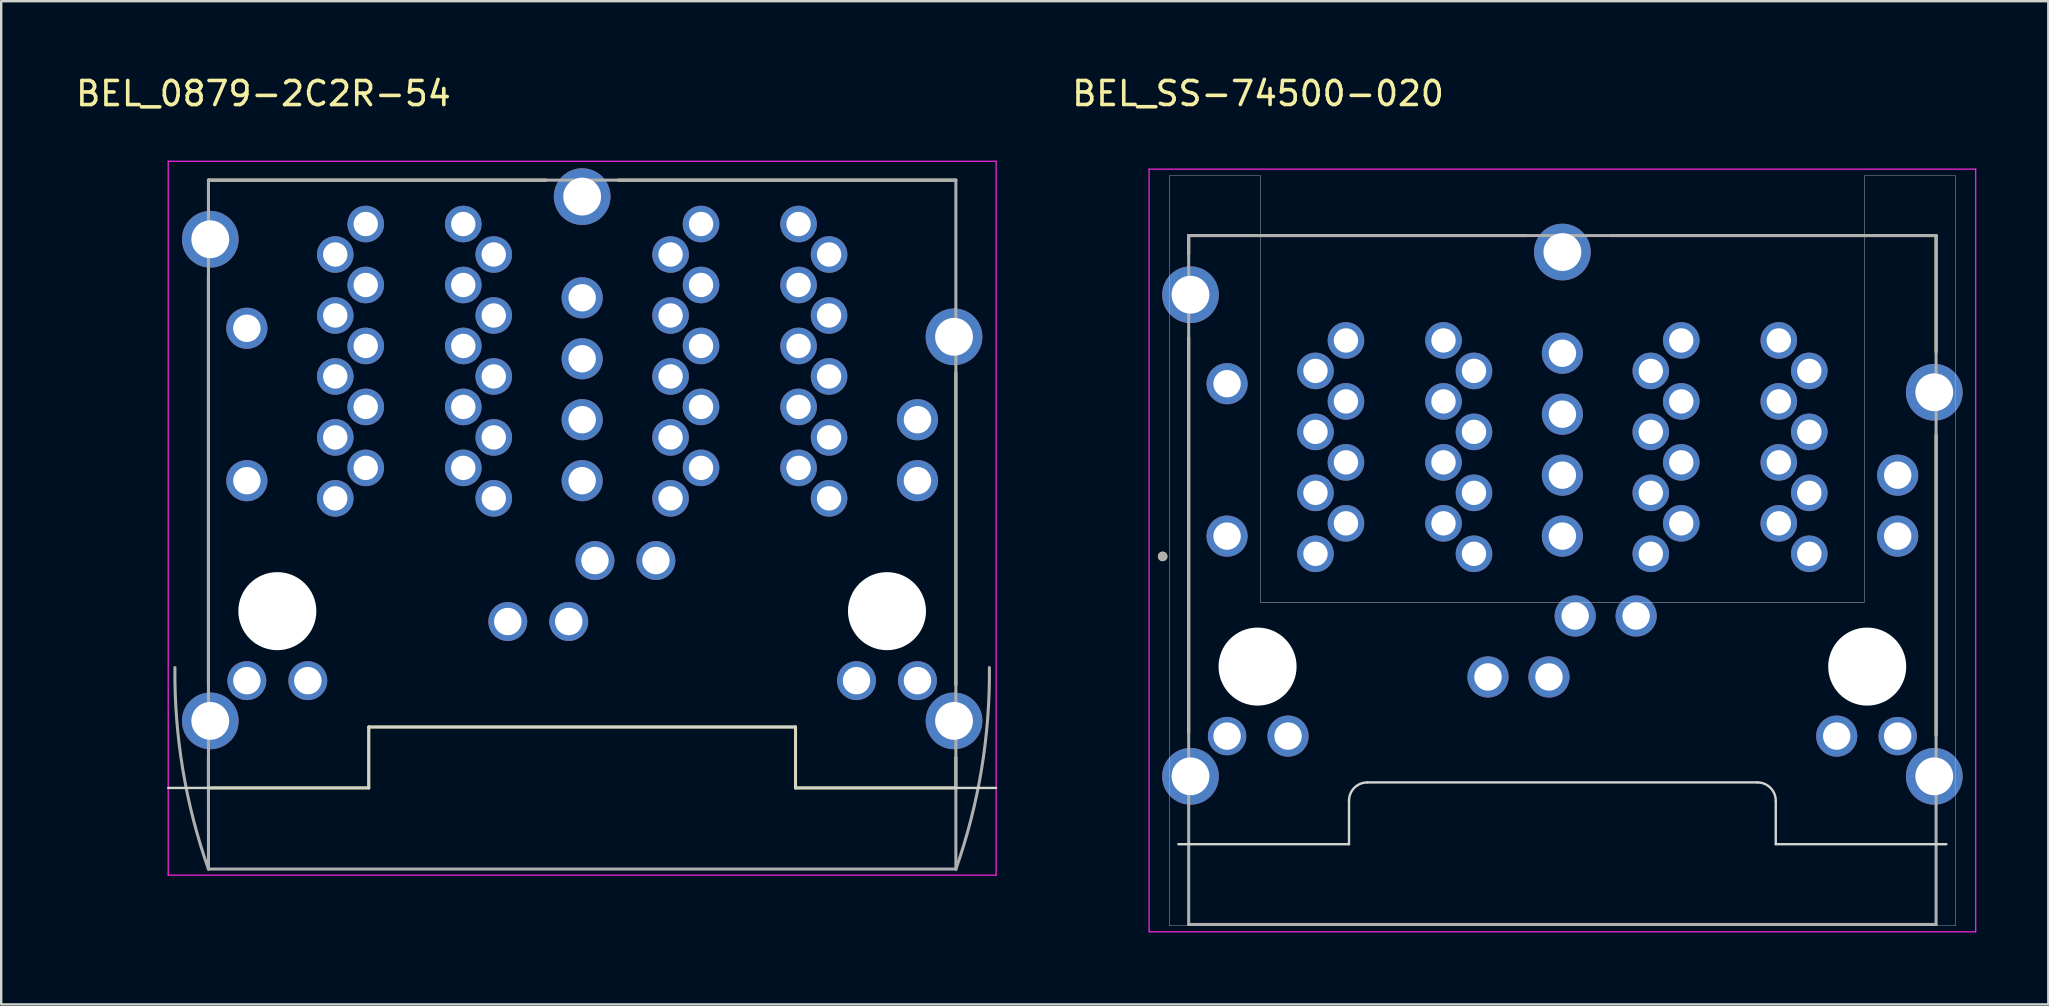
<source format=kicad_pcb>
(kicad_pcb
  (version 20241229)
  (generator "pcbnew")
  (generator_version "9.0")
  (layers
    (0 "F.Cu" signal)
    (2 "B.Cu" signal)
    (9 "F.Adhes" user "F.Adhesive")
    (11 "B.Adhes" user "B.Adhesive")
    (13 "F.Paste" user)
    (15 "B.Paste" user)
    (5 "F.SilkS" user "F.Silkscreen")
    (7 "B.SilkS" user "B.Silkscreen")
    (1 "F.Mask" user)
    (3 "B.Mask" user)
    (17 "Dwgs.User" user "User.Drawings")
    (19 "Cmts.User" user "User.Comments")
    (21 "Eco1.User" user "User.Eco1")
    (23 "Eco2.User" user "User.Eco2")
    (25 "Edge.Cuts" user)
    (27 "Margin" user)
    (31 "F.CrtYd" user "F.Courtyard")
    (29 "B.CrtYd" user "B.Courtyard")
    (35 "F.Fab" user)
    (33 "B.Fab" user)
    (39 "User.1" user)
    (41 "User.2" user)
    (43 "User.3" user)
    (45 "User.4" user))
  (footprint "BEL_SS-74500-020"
    (layer "F.Cu")
    (at 62.045 24.723)
    (property "Reference" "BEL_SS-74500-020" (at -12.68 -23.875 0) (layer "F.SilkS") (effects (font (size 1 1) (thickness 0.15))))
    (attr through_hole)
    (fp_line (start -15.57 -17.192) (end -15.57 -17.958) (stroke (width 0.127) (type solid)) (layer "F.SilkS"))
    (fp_line (start -15.57 -13.716) (end -15.57 2.743) (stroke (width 0.127) (type solid)) (layer "F.SilkS"))
    (fp_line (start -1.524 -17.958) (end -15.57 -17.958) (stroke (width 0.127) (type solid)) (layer "F.SilkS"))
    (fp_line (start 2.032 -17.958) (end 15.57 -17.958) (stroke (width 0.127) (type solid)) (layer "F.SilkS"))
    (fp_line (start 15.57 -13.11) (end 15.57 -17.958) (stroke (width 0.127) (type solid)) (layer "F.SilkS"))
    (fp_line (start 15.57 -9.652) (end 15.57 2.87) (stroke (width 0.127) (type solid)) (layer "F.SilkS"))
    (fp_circle (center -16.655 -4.59) (end -16.555 -4.59) (stroke (width 0.2) (type solid)) (fill no) (layer "F.SilkS"))
    (fp_poly (pts (xy -16.383 10.795) (xy -16.383 -20.447) (xy -12.573 -20.447) (xy -12.573 -2.667) (xy 12.573 -2.667) (xy 12.573 -20.447) (xy 16.383 -20.447) (xy 16.383 10.795)) (stroke (width 0.01) (type solid)) (fill no) (layer "Dwgs.User"))
    (fp_poly (pts (xy -16.383 10.795) (xy -16.383 -20.447) (xy -12.573 -20.447) (xy -12.573 -2.667) (xy 12.573 -2.667) (xy 12.573 -20.447) (xy 16.383 -20.447) (xy 16.383 10.795)) (stroke (width 0.01) (type solid)) (fill no) (layer "Dwgs.User"))
    (fp_line (start -16 7.4) (end -8.89 7.4) (stroke (width 0.1) (type solid)) (layer "Edge.Cuts"))
    (fp_line (start -8.89 7.4) (end -8.89 5.588) (stroke (width 0.1) (type solid)) (layer "Edge.Cuts"))
    (fp_line (start -8.128 4.826) (end 8.128 4.826) (stroke (width 0.1) (type solid)) (layer "Edge.Cuts"))
    (fp_line (start 8.89 5.588) (end 8.89 7.4) (stroke (width 0.1) (type solid)) (layer "Edge.Cuts"))
    (fp_line (start 8.89 7.4) (end 16 7.4) (stroke (width 0.1) (type solid)) (layer "Edge.Cuts"))
    (fp_arc (start -8.89 5.588) (mid -8.666815 5.049185) (end -8.128 4.826) (stroke (width 0.1) (type solid)) (layer "Edge.Cuts"))
    (fp_arc (start 8.128 4.826) (mid 8.666815 5.049185) (end 8.89 5.588) (stroke (width 0.1) (type solid)) (layer "Edge.Cuts"))
    (fp_line (start -17.22 -20.727) (end -17.22 11.05) (stroke (width 0.05) (type solid)) (layer "F.CrtYd"))
    (fp_line (start -17.22 11.05) (end 17.22 11.05) (stroke (width 0.05) (type solid)) (layer "F.CrtYd"))
    (fp_line (start 17.22 -20.727) (end -17.22 -20.727) (stroke (width 0.05) (type solid)) (layer "F.CrtYd"))
    (fp_line (start 17.22 11.05) (end 17.22 -20.727) (stroke (width 0.05) (type solid)) (layer "F.CrtYd"))
    (fp_line (start -15.57 -17.958) (end -15.57 10.744) (stroke (width 0.127) (type solid)) (layer "F.Fab"))
    (fp_line (start -15.57 10.744) (end 15.57 10.744) (stroke (width 0.127) (type solid)) (layer "F.Fab"))
    (fp_line (start 15.57 -17.958) (end -15.57 -17.958) (stroke (width 0.127) (type solid)) (layer "F.Fab"))
    (fp_line (start 15.57 10.744) (end 15.57 -17.958) (stroke (width 0.127) (type solid)) (layer "F.Fab"))
    (fp_circle (center -16.655 -4.59) (end -16.555 -4.59) (stroke (width 0.2) (type solid)) (fill no) (layer "F.Fab"))
    (pad "" np_thru_hole circle (at -12.7 0) (size 3.251 3.251) (drill 3.251) (layers "*.Cu" "*.Mask"))
    (pad "" np_thru_hole circle (at 12.7 0) (size 3.251 3.251) (drill 3.251) (layers "*.Cu" "*.Mask"))
    (pad "1_1" thru_hole circle (at -10.287 -4.699) (size 1.524 1.524) (drill 1.016) (layers "*.Cu" "*.Mask"))
    (pad "1_2" thru_hole circle (at -3.683 -4.699) (size 1.524 1.524) (drill 1.016) (layers "*.Cu" "*.Mask"))
    (pad "1_3" thru_hole circle (at 3.683 -4.699) (size 1.524 1.524) (drill 1.016) (layers "*.Cu" "*.Mask"))
    (pad "1_4" thru_hole circle (at 10.287 -4.699) (size 1.524 1.524) (drill 1.016) (layers "*.Cu" "*.Mask"))
    (pad "2_1" thru_hole circle (at -9.017 -5.969) (size 1.524 1.524) (drill 1.016) (layers "*.Cu" "*.Mask"))
    (pad "2_2" thru_hole circle (at -4.953 -5.969) (size 1.524 1.524) (drill 1.016) (layers "*.Cu" "*.Mask"))
    (pad "2_3" thru_hole circle (at 4.953 -5.969) (size 1.524 1.524) (drill 1.016) (layers "*.Cu" "*.Mask"))
    (pad "2_4" thru_hole circle (at 9.017 -5.969) (size 1.524 1.524) (drill 1.016) (layers "*.Cu" "*.Mask"))
    (pad "3_1" thru_hole circle (at -10.287 -7.239) (size 1.524 1.524) (drill 1.016) (layers "*.Cu" "*.Mask"))
    (pad "3_2" thru_hole circle (at -3.683 -7.239) (size 1.524 1.524) (drill 1.016) (layers "*.Cu" "*.Mask"))
    (pad "3_3" thru_hole circle (at 3.683 -7.239) (size 1.524 1.524) (drill 1.016) (layers "*.Cu" "*.Mask"))
    (pad "3_4" thru_hole circle (at 10.287 -7.239) (size 1.524 1.524) (drill 1.016) (layers "*.Cu" "*.Mask"))
    (pad "4_1" thru_hole circle (at -9.017 -8.509) (size 1.524 1.524) (drill 1.016) (layers "*.Cu" "*.Mask"))
    (pad "4_2" thru_hole circle (at -4.953 -8.509) (size 1.524 1.524) (drill 1.016) (layers "*.Cu" "*.Mask"))
    (pad "4_3" thru_hole circle (at 4.953 -8.509) (size 1.524 1.524) (drill 1.016) (layers "*.Cu" "*.Mask"))
    (pad "4_4" thru_hole circle (at 9.017 -8.509) (size 1.524 1.524) (drill 1.016) (layers "*.Cu" "*.Mask"))
    (pad "5_1" thru_hole circle (at -10.287 -9.779) (size 1.524 1.524) (drill 1.016) (layers "*.Cu" "*.Mask"))
    (pad "5_2" thru_hole circle (at -3.683 -9.779) (size 1.524 1.524) (drill 1.016) (layers "*.Cu" "*.Mask"))
    (pad "5_3" thru_hole circle (at 3.683 -9.779) (size 1.524 1.524) (drill 1.016) (layers "*.Cu" "*.Mask"))
    (pad "5_4" thru_hole circle (at 10.287 -9.779) (size 1.524 1.524) (drill 1.016) (layers "*.Cu" "*.Mask"))
    (pad "6_1" thru_hole circle (at -9.017 -11.049) (size 1.524 1.524) (drill 1.016) (layers "*.Cu" "*.Mask"))
    (pad "6_2" thru_hole circle (at -4.953 -11.049) (size 1.524 1.524) (drill 1.016) (layers "*.Cu" "*.Mask"))
    (pad "6_3" thru_hole circle (at 4.953 -11.049) (size 1.524 1.524) (drill 1.016) (layers "*.Cu" "*.Mask"))
    (pad "6_4" thru_hole circle (at 9.017 -11.049) (size 1.524 1.524) (drill 1.016) (layers "*.Cu" "*.Mask"))
    (pad "7_1" thru_hole circle (at -10.287 -12.319) (size 1.524 1.524) (drill 1.016) (layers "*.Cu" "*.Mask"))
    (pad "7_2" thru_hole circle (at -3.683 -12.319) (size 1.524 1.524) (drill 1.016) (layers "*.Cu" "*.Mask"))
    (pad "7_3" thru_hole circle (at 3.683 -12.319) (size 1.524 1.524) (drill 1.016) (layers "*.Cu" "*.Mask"))
    (pad "7_4" thru_hole circle (at 10.287 -12.319) (size 1.524 1.524) (drill 1.016) (layers "*.Cu" "*.Mask"))
    (pad "8_1" thru_hole circle (at -9.017 -13.589) (size 1.524 1.524) (drill 1.016) (layers "*.Cu" "*.Mask"))
    (pad "8_2" thru_hole circle (at -4.953 -13.589) (size 1.524 1.524) (drill 1.016) (layers "*.Cu" "*.Mask"))
    (pad "8_3" thru_hole circle (at 4.953 -13.589) (size 1.524 1.524) (drill 1.016) (layers "*.Cu" "*.Mask"))
    (pad "8_4" thru_hole circle (at 9.017 -13.589) (size 1.524 1.524) (drill 1.016) (layers "*.Cu" "*.Mask"))
    (pad "9_1" thru_hole circle (at -13.97 2.896) (size 1.6 1.6) (drill 1.143) (layers "*.Cu" "*.Mask"))
    (pad "9_2" thru_hole circle (at -13.97 -11.786) (size 1.714 1.714) (drill 1.143) (layers "*.Cu" "*.Mask"))
    (pad "9_3" thru_hole circle (at 0.533 -2.108) (size 1.714 1.714) (drill 1.143) (layers "*.Cu" "*.Mask"))
    (pad "9_4" thru_hole circle (at 0 -13.056) (size 1.714 1.714) (drill 1.143) (layers "*.Cu" "*.Mask"))
    (pad "10_1" thru_hole circle (at -11.43 2.896) (size 1.714 1.714) (drill 1.143) (layers "*.Cu" "*.Mask"))
    (pad "10_2" thru_hole circle (at -13.97 -5.436) (size 1.714 1.714) (drill 1.143) (layers "*.Cu" "*.Mask"))
    (pad "10_3" thru_hole circle (at 3.073 -2.108) (size 1.714 1.714) (drill 1.143) (layers "*.Cu" "*.Mask"))
    (pad "10_4" thru_hole circle (at 0 -7.976) (size 1.714 1.714) (drill 1.143) (layers "*.Cu" "*.Mask"))
    (pad "11_1" thru_hole circle (at -3.099 0.432) (size 1.714 1.714) (drill 1.143) (layers "*.Cu" "*.Mask"))
    (pad "11_2" thru_hole circle (at 0 -10.516) (size 1.714 1.714) (drill 1.143) (layers "*.Cu" "*.Mask"))
    (pad "11_3" thru_hole circle (at 11.43 2.896) (size 1.714 1.714) (drill 1.143) (layers "*.Cu" "*.Mask"))
    (pad "11_4" thru_hole circle (at 13.97 -7.976) (size 1.714 1.714) (drill 1.143) (layers "*.Cu" "*.Mask"))
    (pad "12_1" thru_hole circle (at -0.559 0.432) (size 1.714 1.714) (drill 1.143) (layers "*.Cu" "*.Mask"))
    (pad "12_2" thru_hole circle (at 0 -5.436) (size 1.714 1.714) (drill 1.143) (layers "*.Cu" "*.Mask"))
    (pad "12_3" thru_hole circle (at 13.97 2.896) (size 1.6 1.6) (drill 1.143) (layers "*.Cu" "*.Mask"))
    (pad "12_4" thru_hole circle (at 13.97 -5.436) (size 1.714 1.714) (drill 1.143) (layers "*.Cu" "*.Mask"))
    (pad "S1" thru_hole circle (at 15.494 -11.43) (size 2.362 2.362) (drill 1.575) (layers "*.Cu" "*.Mask"))
    (pad "S2" thru_hole circle (at 0 -17.272) (size 2.362 2.362) (drill 1.575) (layers "*.Cu" "*.Mask"))
    (pad "S3" thru_hole circle (at -15.494 4.572) (size 2.362 2.362) (drill 1.575) (layers "*.Cu" "*.Mask"))
    (pad "S4" thru_hole circle (at -15.494 -15.494) (size 2.362 2.362) (drill 1.575) (layers "*.Cu" "*.Mask"))
    (pad "S5" thru_hole circle (at 15.494 4.572) (size 2.362 2.362) (drill 1.575) (layers "*.Cu" "*.Mask")))
  (footprint "BEL_0879-2C2R-54"
    (layer "F.Cu")
    (at 21.205 22.413)
    (property "Reference" "BEL_0879-2C2R-54" (at -13.28 -21.563 0) (layer "F.SilkS") (effects (font (size 1.002 1.002) (thickness 0.15))))
    (attr through_hole)
    (fp_line (start -15.57 -17.96) (end -15.57 -17.958) (stroke (width 0.127) (type solid)) (layer "F.SilkS"))
    (fp_line (start -15.57 -17.958) (end -1.499 -17.958) (stroke (width 0.127) (type solid)) (layer "F.SilkS"))
    (fp_line (start -15.57 -13.97) (end -15.57 3.073) (stroke (width 0.127) (type solid)) (layer "F.SilkS"))
    (fp_line (start -15.57 6.096) (end -15.57 7.366) (stroke (width 0.127) (type solid)) (layer "F.SilkS"))
    (fp_line (start -15.57 7.366) (end -8.89 7.366) (stroke (width 0.127) (type solid)) (layer "F.SilkS"))
    (fp_line (start -8.89 4.826) (end -8.89 7.366) (stroke (width 0.127) (type solid)) (layer "F.SilkS"))
    (fp_line (start -8.89 4.826) (end 8.89 4.826) (stroke (width 0.127) (type solid)) (layer "F.SilkS"))
    (fp_line (start 8.89 4.826) (end 8.89 7.366) (stroke (width 0.127) (type solid)) (layer "F.SilkS"))
    (fp_line (start 15.57 -17.958) (end 1.499 -17.958) (stroke (width 0.127) (type solid)) (layer "F.SilkS"))
    (fp_line (start 15.57 -9.931) (end 15.57 3.073) (stroke (width 0.127) (type solid)) (layer "F.SilkS"))
    (fp_line (start 15.57 6.096) (end 15.57 7.366) (stroke (width 0.127) (type solid)) (layer "F.SilkS"))
    (fp_line (start 15.57 7.366) (end 8.89 7.366) (stroke (width 0.127) (type solid)) (layer "F.SilkS"))
    (fp_poly (pts (xy 12.573 -2.667) (xy -12.573 -2.667) (xy -12.573 -20.447) (xy -16.383 -20.447) (xy -16.383 10.795) (xy 16.383 10.795) (xy 16.383 -20.447) (xy 12.573 -20.447)) (stroke (width 0.000253) (type solid)) (fill no) (layer "Dwgs.User"))
    (fp_poly (pts (xy 0 -2.667) (xy -12.573 -2.667) (xy -12.573 -20.447) (xy -16.383 -20.447) (xy -16.383 10.795) (xy 16.383 10.795) (xy 16.383 -20.447) (xy 12.573 -20.447) (xy 12.573 -2.667)) (stroke (width 0.000253) (type solid)) (fill no) (layer "Dwgs.User"))
    (fp_line (start -17.247 7.366) (end -8.89 7.366) (stroke (width 0.1) (type solid)) (layer "Edge.Cuts"))
    (fp_line (start -8.89 4.826) (end -8.89 7.366) (stroke (width 0.1) (type solid)) (layer "Edge.Cuts"))
    (fp_line (start -8.89 4.826) (end 8.89 4.826) (stroke (width 0.1) (type solid)) (layer "Edge.Cuts"))
    (fp_line (start 8.89 4.826) (end 8.89 7.366) (stroke (width 0.1) (type solid)) (layer "Edge.Cuts"))
    (fp_line (start 17.247 7.366) (end 8.89 7.366) (stroke (width 0.1) (type solid)) (layer "Edge.Cuts"))
    (fp_line (start -17.247 -18.745) (end 17.247 -18.745) (stroke (width 0.05) (type solid)) (layer "F.CrtYd"))
    (fp_line (start -17.247 10.998) (end -17.247 -18.745) (stroke (width 0.05) (type solid)) (layer "F.CrtYd"))
    (fp_line (start 17.247 -18.745) (end 17.247 10.998) (stroke (width 0.05) (type solid)) (layer "F.CrtYd"))
    (fp_line (start 17.247 10.998) (end -17.247 10.998) (stroke (width 0.05) (type solid)) (layer "F.CrtYd"))
    (fp_line (start -15.57 -17.958) (end -15.57 10.744) (stroke (width 0.127) (type solid)) (layer "F.Fab"))
    (fp_line (start -15.57 10.744) (end 15.57 10.744) (stroke (width 0.127) (type solid)) (layer "F.Fab"))
    (fp_line (start 15.57 -17.958) (end -15.57 -17.958) (stroke (width 0.127) (type solid)) (layer "F.Fab"))
    (fp_line (start 15.57 -17.958) (end 15.57 10.744) (stroke (width 0.127) (type solid)) (layer "F.Fab"))
    (fp_arc (start -15.5702 10.7492) (mid -16.636152 6.610311) (end -16.9672 2.3492) (stroke (width 0.127) (type solid)) (layer "F.Fab"))
    (fp_arc (start 16.9672 2.3492) (mid 16.636152 6.610311) (end 15.5702 10.7492) (stroke (width 0.127) (type solid)) (layer "F.Fab"))
    (pad "" np_thru_hole circle (at -12.7 0) (size 3.251 3.251) (drill 3.251) (layers "*.Cu" "*.Mask"))
    (pad "" np_thru_hole circle (at 12.7 0) (size 3.251 3.251) (drill 3.251) (layers "*.Cu" "*.Mask"))
    (pad "1_1" thru_hole circle (at -10.287 -4.699) (size 1.524 1.524) (drill 1.016) (layers "*.Cu" "*.Mask"))
    (pad "1_2" thru_hole circle (at -3.683 -4.699) (size 1.524 1.524) (drill 1.016) (layers "*.Cu" "*.Mask"))
    (pad "1_3" thru_hole circle (at 3.683 -4.699) (size 1.524 1.524) (drill 1.016) (layers "*.Cu" "*.Mask"))
    (pad "1_4" thru_hole circle (at 10.287 -4.699) (size 1.524 1.524) (drill 1.016) (layers "*.Cu" "*.Mask"))
    (pad "2_1" thru_hole circle (at -9.017 -5.969) (size 1.524 1.524) (drill 1.016) (layers "*.Cu" "*.Mask"))
    (pad "2_2" thru_hole circle (at -4.953 -5.969) (size 1.524 1.524) (drill 1.016) (layers "*.Cu" "*.Mask"))
    (pad "2_3" thru_hole circle (at 4.953 -5.969) (size 1.524 1.524) (drill 1.016) (layers "*.Cu" "*.Mask"))
    (pad "2_4" thru_hole circle (at 9.017 -5.969) (size 1.524 1.524) (drill 1.016) (layers "*.Cu" "*.Mask"))
    (pad "3_1" thru_hole circle (at -10.287 -7.239) (size 1.524 1.524) (drill 1.016) (layers "*.Cu" "*.Mask"))
    (pad "3_2" thru_hole circle (at -3.683 -7.239) (size 1.524 1.524) (drill 1.016) (layers "*.Cu" "*.Mask"))
    (pad "3_3" thru_hole circle (at 3.683 -7.239) (size 1.524 1.524) (drill 1.016) (layers "*.Cu" "*.Mask"))
    (pad "3_4" thru_hole circle (at 10.287 -7.239) (size 1.524 1.524) (drill 1.016) (layers "*.Cu" "*.Mask"))
    (pad "4_1" thru_hole circle (at -9.017 -8.509) (size 1.524 1.524) (drill 1.016) (layers "*.Cu" "*.Mask"))
    (pad "4_2" thru_hole circle (at -4.953 -8.509) (size 1.524 1.524) (drill 1.016) (layers "*.Cu" "*.Mask"))
    (pad "4_3" thru_hole circle (at 4.953 -8.509) (size 1.524 1.524) (drill 1.016) (layers "*.Cu" "*.Mask"))
    (pad "4_4" thru_hole circle (at 9.017 -8.509) (size 1.524 1.524) (drill 1.016) (layers "*.Cu" "*.Mask"))
    (pad "5_1" thru_hole circle (at -10.287 -9.779) (size 1.524 1.524) (drill 1.016) (layers "*.Cu" "*.Mask"))
    (pad "5_2" thru_hole circle (at -3.683 -9.779) (size 1.524 1.524) (drill 1.016) (layers "*.Cu" "*.Mask"))
    (pad "5_3" thru_hole circle (at 3.683 -9.779) (size 1.524 1.524) (drill 1.016) (layers "*.Cu" "*.Mask"))
    (pad "5_4" thru_hole circle (at 10.287 -9.779) (size 1.524 1.524) (drill 1.016) (layers "*.Cu" "*.Mask"))
    (pad "6_1" thru_hole circle (at -9.017 -11.049) (size 1.524 1.524) (drill 1.016) (layers "*.Cu" "*.Mask"))
    (pad "6_2" thru_hole circle (at -4.953 -11.049) (size 1.524 1.524) (drill 1.016) (layers "*.Cu" "*.Mask"))
    (pad "6_3" thru_hole circle (at 4.953 -11.049) (size 1.524 1.524) (drill 1.016) (layers "*.Cu" "*.Mask"))
    (pad "6_4" thru_hole circle (at 9.017 -11.049) (size 1.524 1.524) (drill 1.016) (layers "*.Cu" "*.Mask"))
    (pad "7_1" thru_hole circle (at -10.287 -12.319) (size 1.524 1.524) (drill 1.016) (layers "*.Cu" "*.Mask"))
    (pad "7_2" thru_hole circle (at -3.683 -12.319) (size 1.524 1.524) (drill 1.016) (layers "*.Cu" "*.Mask"))
    (pad "7_3" thru_hole circle (at 3.683 -12.319) (size 1.524 1.524) (drill 1.016) (layers "*.Cu" "*.Mask"))
    (pad "7_4" thru_hole circle (at 10.287 -12.319) (size 1.524 1.524) (drill 1.016) (layers "*.Cu" "*.Mask"))
    (pad "8_1" thru_hole circle (at -9.017 -13.589) (size 1.524 1.524) (drill 1.016) (layers "*.Cu" "*.Mask"))
    (pad "8_2" thru_hole circle (at -4.953 -13.589) (size 1.524 1.524) (drill 1.016) (layers "*.Cu" "*.Mask"))
    (pad "8_3" thru_hole circle (at 4.953 -13.589) (size 1.524 1.524) (drill 1.016) (layers "*.Cu" "*.Mask"))
    (pad "8_4" thru_hole circle (at 9.017 -13.589) (size 1.524 1.524) (drill 1.016) (layers "*.Cu" "*.Mask"))
    (pad "9_1" thru_hole circle (at -10.287 -14.859) (size 1.524 1.524) (drill 1.016) (layers "*.Cu" "*.Mask"))
    (pad "9_2" thru_hole circle (at -3.683 -14.859) (size 1.524 1.524) (drill 1.016) (layers "*.Cu" "*.Mask"))
    (pad "9_3" thru_hole circle (at 3.683 -14.859) (size 1.524 1.524) (drill 1.016) (layers "*.Cu" "*.Mask"))
    (pad "9_4" thru_hole circle (at 10.287 -14.859) (size 1.524 1.524) (drill 1.016) (layers "*.Cu" "*.Mask"))
    (pad "10_1" thru_hole circle (at -9.017 -16.129) (size 1.524 1.524) (drill 1.016) (layers "*.Cu" "*.Mask"))
    (pad "10_2" thru_hole circle (at -4.953 -16.129) (size 1.524 1.524) (drill 1.016) (layers "*.Cu" "*.Mask"))
    (pad "10_3" thru_hole circle (at 4.953 -16.129) (size 1.524 1.524) (drill 1.016) (layers "*.Cu" "*.Mask"))
    (pad "10_4" thru_hole circle (at 9.017 -16.129) (size 1.524 1.524) (drill 1.016) (layers "*.Cu" "*.Mask"))
    (pad "11_1" thru_hole circle (at -13.97 2.896) (size 1.62 1.62) (drill 1.143) (layers "*.Cu" "*.Mask"))
    (pad "11_2" thru_hole circle (at -13.97 -11.786) (size 1.714 1.714) (drill 1.143) (layers "*.Cu" "*.Mask"))
    (pad "11_3" thru_hole circle (at 0.533 -2.108) (size 1.62 1.62) (drill 1.143) (layers "*.Cu" "*.Mask"))
    (pad "11_4" thru_hole circle (at 0 -13.056) (size 1.714 1.714) (drill 1.143) (layers "*.Cu" "*.Mask"))
    (pad "12_1" thru_hole circle (at -11.43 2.896) (size 1.62 1.62) (drill 1.143) (layers "*.Cu" "*.Mask"))
    (pad "12_2" thru_hole circle (at -13.97 -5.436) (size 1.714 1.714) (drill 1.143) (layers "*.Cu" "*.Mask"))
    (pad "12_3" thru_hole circle (at 3.073 -2.108) (size 1.62 1.62) (drill 1.143) (layers "*.Cu" "*.Mask"))
    (pad "12_4" thru_hole circle (at 0 -7.976) (size 1.714 1.714) (drill 1.143) (layers "*.Cu" "*.Mask"))
    (pad "13_1" thru_hole circle (at -3.099 0.432) (size 1.62 1.62) (drill 1.143) (layers "*.Cu" "*.Mask"))
    (pad "13_2" thru_hole circle (at 0 -10.516) (size 1.714 1.714) (drill 1.143) (layers "*.Cu" "*.Mask"))
    (pad "13_3" thru_hole circle (at 11.43 2.896) (size 1.62 1.62) (drill 1.143) (layers "*.Cu" "*.Mask"))
    (pad "13_4" thru_hole circle (at 13.97 -7.976) (size 1.714 1.714) (drill 1.143) (layers "*.Cu" "*.Mask"))
    (pad "14_1" thru_hole circle (at -0.559 0.432) (size 1.62 1.62) (drill 1.143) (layers "*.Cu" "*.Mask"))
    (pad "14_2" thru_hole circle (at 0 -5.436) (size 1.714 1.714) (drill 1.143) (layers "*.Cu" "*.Mask"))
    (pad "14_3" thru_hole circle (at 13.97 2.896) (size 1.62 1.62) (drill 1.143) (layers "*.Cu" "*.Mask"))
    (pad "14_4" thru_hole circle (at 13.97 -5.436) (size 1.714 1.714) (drill 1.143) (layers "*.Cu" "*.Mask"))
    (pad "S1" thru_hole circle (at -15.494 4.572) (size 2.362 2.362) (drill 1.575) (layers "*.Cu" "*.Mask"))
    (pad "S2" thru_hole circle (at -15.494 -15.494) (size 2.362 2.362) (drill 1.575) (layers "*.Cu" "*.Mask"))
    (pad "S3" thru_hole circle (at 0 -17.272) (size 2.362 2.362) (drill 1.575) (layers "*.Cu" "*.Mask"))
    (pad "S4" thru_hole circle (at 15.494 4.572) (size 2.362 2.362) (drill 1.575) (layers "*.Cu" "*.Mask"))
    (pad "S5" thru_hole circle (at 15.494 -11.43) (size 2.362 2.362) (drill 1.575) (layers "*.Cu" "*.Mask")))
  (gr_rect
    (start -3 -3)
    (end 82.29 38.798)
    (stroke (width 0.1) (type default))
    (fill no)
    (layer "Edge.Cuts")))
</source>
